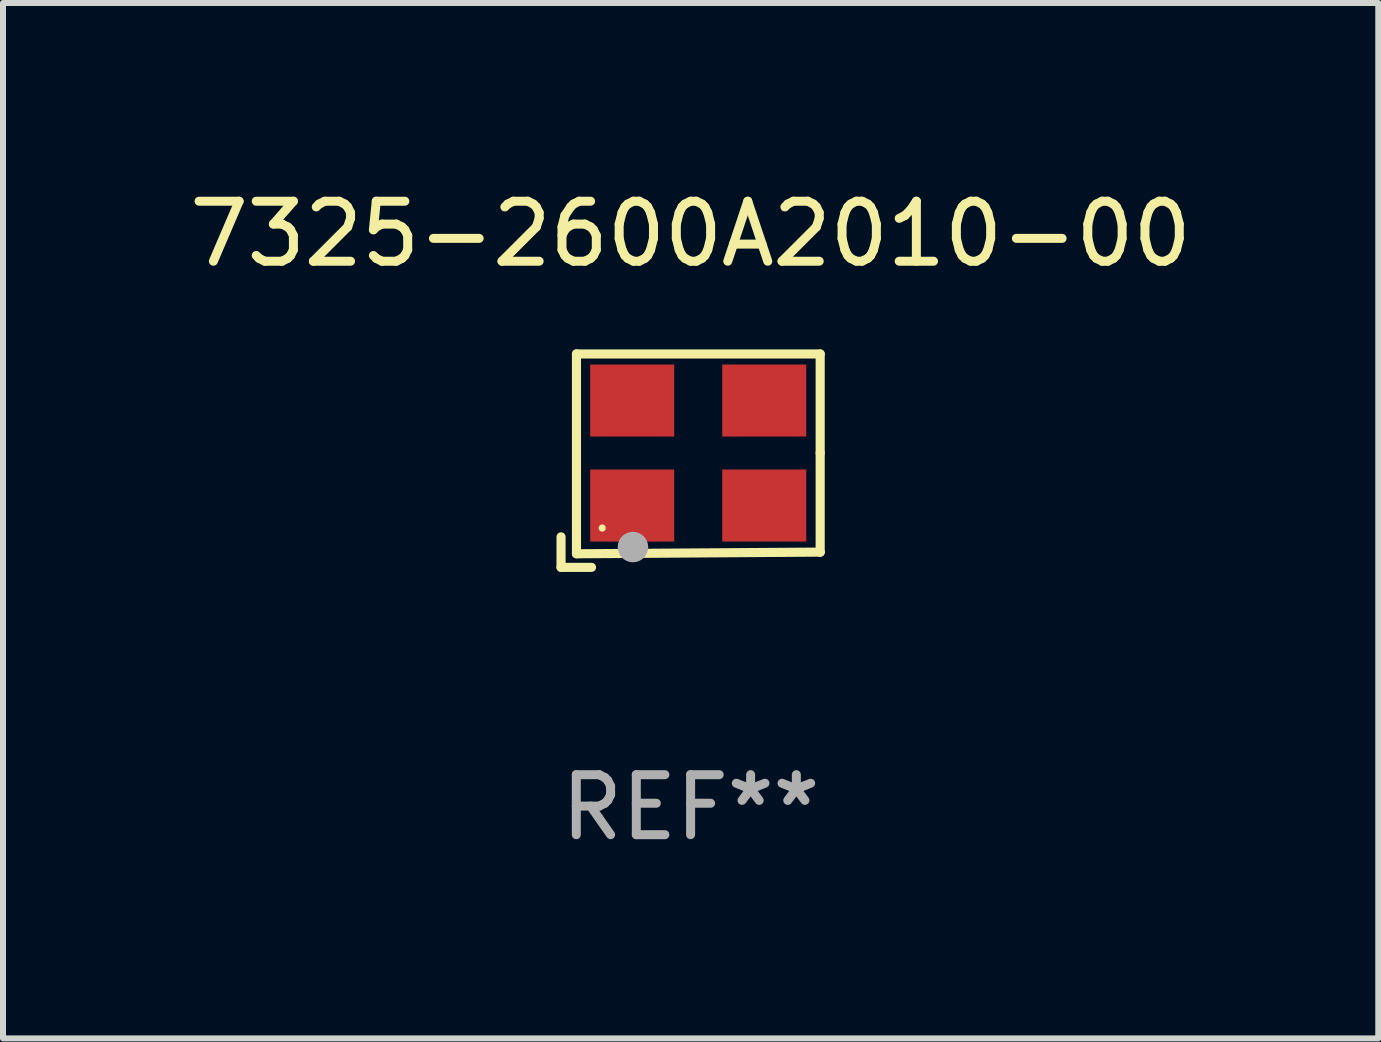
<source format=kicad_pcb>
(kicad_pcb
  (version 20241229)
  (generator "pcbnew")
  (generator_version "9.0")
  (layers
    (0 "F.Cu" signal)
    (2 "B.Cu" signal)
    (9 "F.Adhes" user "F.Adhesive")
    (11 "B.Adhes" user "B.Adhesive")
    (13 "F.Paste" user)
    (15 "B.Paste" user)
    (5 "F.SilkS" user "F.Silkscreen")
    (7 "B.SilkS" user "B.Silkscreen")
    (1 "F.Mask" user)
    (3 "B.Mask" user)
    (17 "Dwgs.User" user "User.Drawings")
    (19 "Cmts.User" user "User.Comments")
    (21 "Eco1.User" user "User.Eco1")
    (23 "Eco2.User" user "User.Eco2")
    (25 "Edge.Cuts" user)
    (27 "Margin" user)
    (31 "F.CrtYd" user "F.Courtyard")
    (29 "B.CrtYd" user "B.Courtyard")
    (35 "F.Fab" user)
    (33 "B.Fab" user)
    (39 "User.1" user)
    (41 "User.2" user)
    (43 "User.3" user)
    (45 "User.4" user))
  (footprint "7325-2600A2010-00"
    (layer "F.Cu")
    (at 8.458 4.626)
    (property "Reference" "7325-2600A2010-00" (at 0 -3.778 0) (layer "F.SilkS") (effects (font (size 1 1) (thickness 0.15))))
    (attr through_hole)
    (fp_line (start -2.159 1.27) (end -2.159 1.778) (stroke (width 0.152) (type solid)) (layer "F.SilkS"))
    (fp_line (start -2.159 1.778) (end -1.651 1.778) (stroke (width 0.152) (type solid)) (layer "F.SilkS"))
    (fp_line (start -1.902 -1.778) (end 2.159 -1.778) (stroke (width 0.152) (type solid)) (layer "F.SilkS"))
    (fp_line (start -1.902 1.552) (end -1.902 -1.778) (stroke (width 0.152) (type solid)) (layer "F.SilkS"))
    (fp_line (start 2.159 -1.778) (end 2.159 -0.127) (stroke (width 0.152) (type solid)) (layer "F.SilkS"))
    (fp_line (start 2.159 -0.127) (end 2.159 1.524) (stroke (width 0.152) (type solid)) (layer "F.SilkS"))
    (fp_line (start 2.159 1.524) (end -1.902 1.552) (stroke (width 0.152) (type solid)) (layer "F.SilkS"))
    (fp_line (start 2.159 1.524) (end 2.159 1.524) (stroke (width 0.152) (type solid)) (layer "F.SilkS"))
    (fp_circle (center -1.473 1.123) (end -1.443 1.123) (stroke (width 0.06) (type solid)) (fill no) (layer "F.SilkS"))
    (fp_circle (center -0.961 1.44) (end -0.834 1.44) (stroke (width 0.254) (type solid)) (fill no) (layer "F.Fab"))
    (fp_text user "REF**" (at 0 5.778 0) (layer "F.Fab") (effects (font (size 1 1) (thickness 0.15))))
    (pad "1" smd rect (at -0.973 0.748) (size 1.4 1.2) (layers "F.Cu" "F.Mask" "F.Paste"))
    (pad "2" smd rect (at 1.227 0.748) (size 1.4 1.2) (layers "F.Cu" "F.Mask" "F.Paste"))
    (pad "3" smd rect (at 1.227 -1.002) (size 1.4 1.2) (layers "F.Cu" "F.Mask" "F.Paste"))
    (pad "4" smd rect (at -0.973 -1.002) (size 1.4 1.2) (layers "F.Cu" "F.Mask" "F.Paste")))
  (gr_rect
    (start -3 -3)
    (end 19.917 14.253)
    (stroke (width 0.1) (type default))
    (fill no)
    (layer "Edge.Cuts")))
</source>
